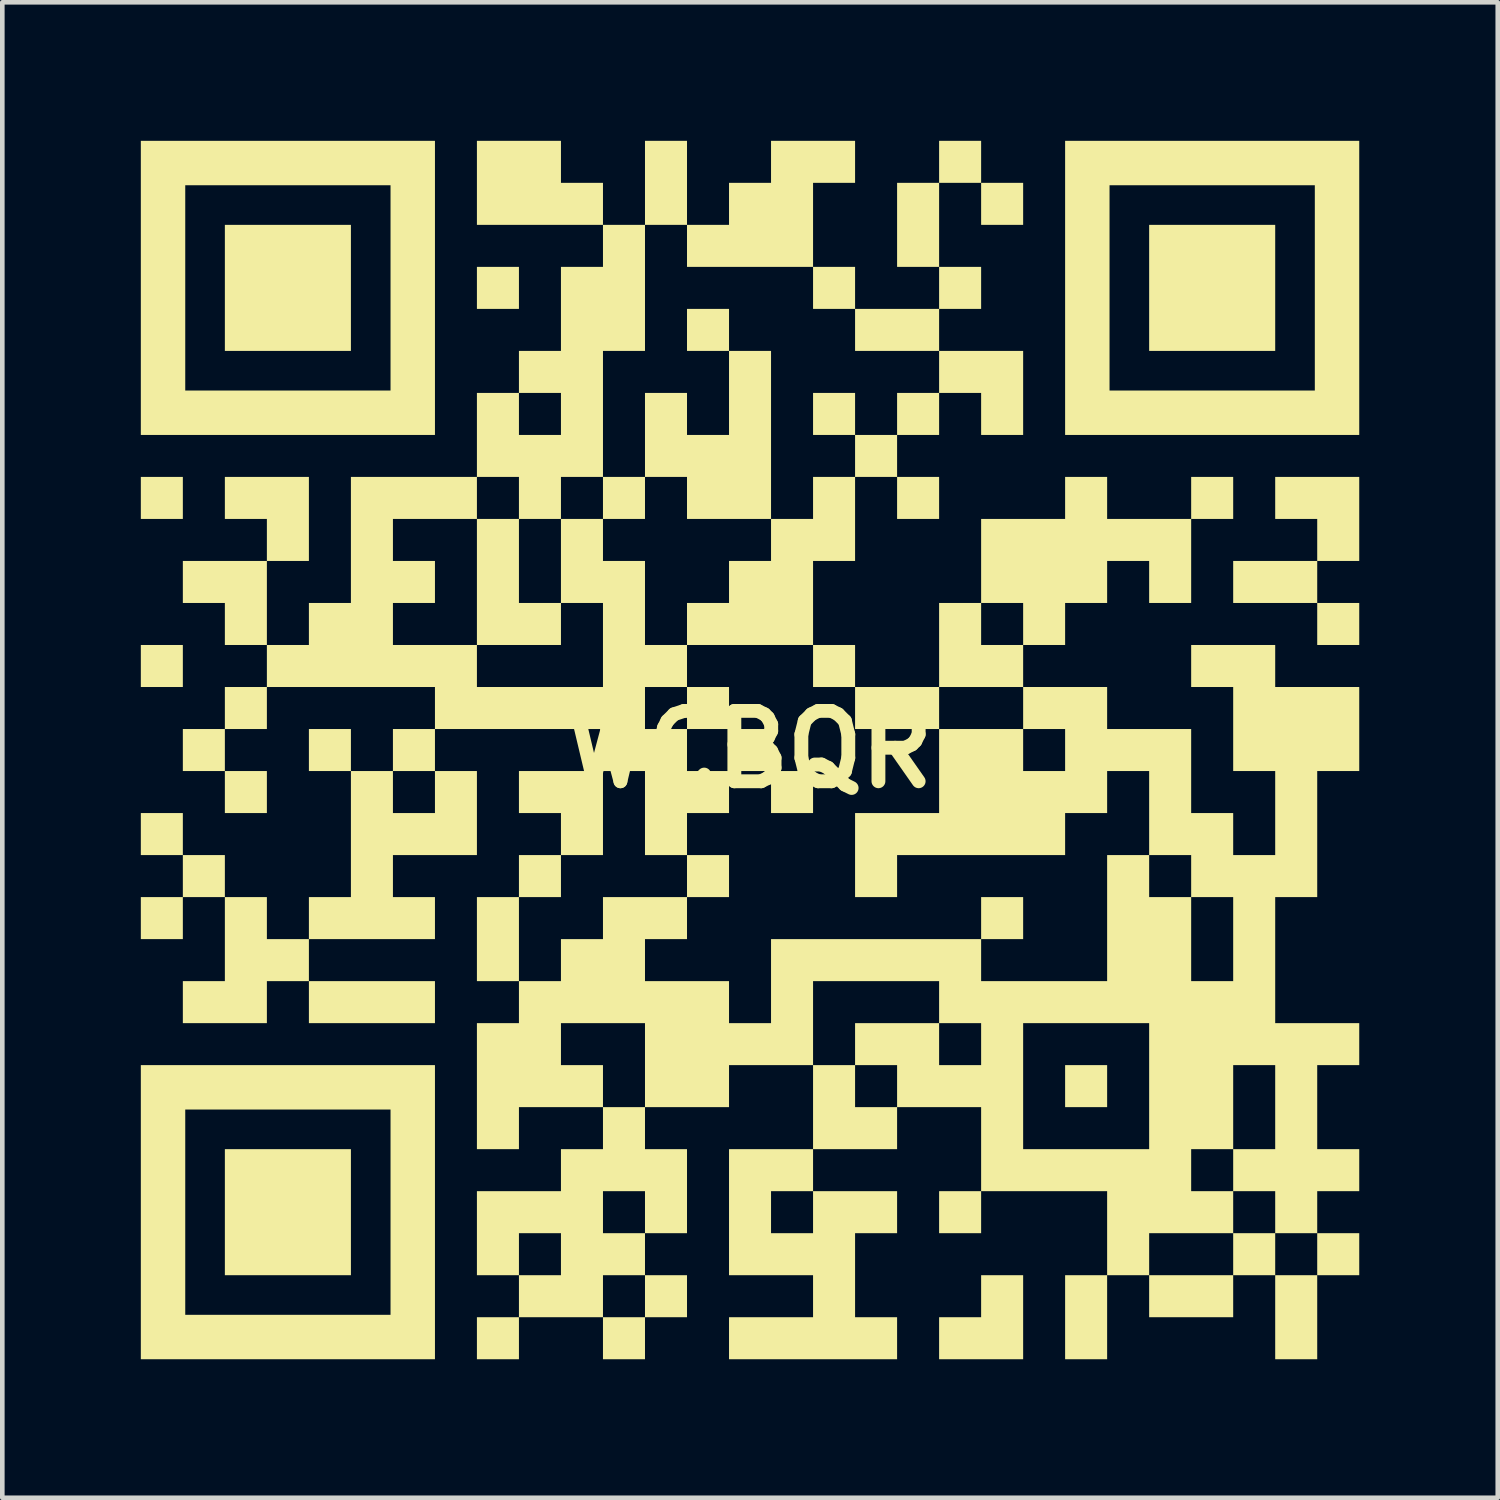
<source format=kicad_pcb>
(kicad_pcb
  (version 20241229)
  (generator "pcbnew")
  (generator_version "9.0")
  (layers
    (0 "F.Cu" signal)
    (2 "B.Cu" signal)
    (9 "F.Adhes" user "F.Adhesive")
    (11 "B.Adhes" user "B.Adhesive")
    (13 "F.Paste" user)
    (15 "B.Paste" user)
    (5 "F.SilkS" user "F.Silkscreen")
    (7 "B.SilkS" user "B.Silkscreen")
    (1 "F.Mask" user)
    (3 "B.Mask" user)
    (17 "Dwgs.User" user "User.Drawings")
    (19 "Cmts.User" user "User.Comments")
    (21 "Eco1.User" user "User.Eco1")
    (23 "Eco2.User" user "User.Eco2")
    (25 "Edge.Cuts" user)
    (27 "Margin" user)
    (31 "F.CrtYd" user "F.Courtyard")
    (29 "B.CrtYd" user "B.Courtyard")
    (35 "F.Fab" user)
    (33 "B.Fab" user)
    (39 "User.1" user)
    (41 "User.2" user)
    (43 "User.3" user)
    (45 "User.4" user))
  (footprint "WCBQR"
    (layer "F.Cu")
    (at 13.181 13.181)
    (property "Reference" "WCBQR" (at 0 0 0) (layer "F.SilkS") (effects (font (size 1.524 1.524) (thickness 0.3))))
    (attr board_only exclude_from_pos_files exclude_from_bom)
    (fp_poly (pts (xy -12.271 -4.992) (xy -13.181 -4.992) (xy -13.181 -5.902) (xy -12.271 -5.902)) (stroke (width 0) (type solid)) (fill yes) (layer "F.SilkS"))
    (fp_poly (pts (xy -12.271 -1.352) (xy -13.181 -1.352) (xy -13.181 -2.262) (xy -12.271 -2.262)) (stroke (width 0) (type solid)) (fill yes) (layer "F.SilkS"))
    (fp_poly (pts (xy -12.271 2.288) (xy -13.181 2.288) (xy -13.181 1.378) (xy -12.271 1.378)) (stroke (width 0) (type solid)) (fill yes) (layer "F.SilkS"))
    (fp_poly (pts (xy -12.271 4.108) (xy -13.181 4.108) (xy -13.181 3.198) (xy -12.271 3.198)) (stroke (width 0) (type solid)) (fill yes) (layer "F.SilkS"))
    (fp_poly (pts (xy -11.361 0.468) (xy -12.271 0.468) (xy -12.271 -0.442) (xy -11.361 -0.442)) (stroke (width 0) (type solid)) (fill yes) (layer "F.SilkS"))
    (fp_poly (pts (xy -11.361 3.198) (xy -12.271 3.198) (xy -12.271 2.288) (xy -11.361 2.288)) (stroke (width 0) (type solid)) (fill yes) (layer "F.SilkS"))
    (fp_poly (pts (xy -10.451 -0.442) (xy -11.361 -0.442) (xy -11.361 -1.352) (xy -10.451 -1.352)) (stroke (width 0) (type solid)) (fill yes) (layer "F.SilkS"))
    (fp_poly (pts (xy -10.451 1.378) (xy -11.361 1.378) (xy -11.361 0.468) (xy -10.451 0.468)) (stroke (width 0) (type solid)) (fill yes) (layer "F.SilkS"))
    (fp_poly (pts (xy -8.631 -8.631) (xy -11.361 -8.631) (xy -11.361 -11.361) (xy -8.631 -11.361)) (stroke (width 0) (type solid)) (fill yes) (layer "F.SilkS"))
    (fp_poly (pts (xy -8.631 0.468) (xy -9.541 0.468) (xy -9.541 -0.442) (xy -8.631 -0.442)) (stroke (width 0) (type solid)) (fill yes) (layer "F.SilkS"))
    (fp_poly (pts (xy -8.631 11.387) (xy -11.361 11.387) (xy -11.361 8.657) (xy -8.631 8.657)) (stroke (width 0) (type solid)) (fill yes) (layer "F.SilkS"))
    (fp_poly (pts (xy -6.811 0.468) (xy -7.721 0.468) (xy -7.721 -0.442) (xy -6.811 -0.442)) (stroke (width 0) (type solid)) (fill yes) (layer "F.SilkS"))
    (fp_poly (pts (xy -6.811 5.928) (xy -9.541 5.928) (xy -9.541 5.018) (xy -6.811 5.018)) (stroke (width 0) (type solid)) (fill yes) (layer "F.SilkS"))
    (fp_poly (pts (xy -4.992 -9.541) (xy -5.902 -9.541) (xy -5.902 -10.451) (xy -4.992 -10.451)) (stroke (width 0) (type solid)) (fill yes) (layer "F.SilkS"))
    (fp_poly (pts (xy -4.992 13.207) (xy -5.902 13.207) (xy -5.902 12.297) (xy -4.992 12.297)) (stroke (width 0) (type solid)) (fill yes) (layer "F.SilkS"))
    (fp_poly (pts (xy -2.262 -4.992) (xy -3.172 -4.992) (xy -3.172 -5.902) (xy -2.262 -5.902)) (stroke (width 0) (type solid)) (fill yes) (layer "F.SilkS"))
    (fp_poly (pts (xy -2.262 13.207) (xy -3.172 13.207) (xy -3.172 12.297) (xy -2.262 12.297)) (stroke (width 0) (type solid)) (fill yes) (layer "F.SilkS"))
    (fp_poly (pts (xy -1.352 12.297) (xy -2.262 12.297) (xy -2.262 11.387) (xy -1.352 11.387)) (stroke (width 0) (type solid)) (fill yes) (layer "F.SilkS"))
    (fp_poly (pts (xy -0.442 -8.631) (xy -1.352 -8.631) (xy -1.352 -9.541) (xy -0.442 -9.541)) (stroke (width 0) (type solid)) (fill yes) (layer "F.SilkS"))
    (fp_poly (pts (xy -0.442 -0.442) (xy -1.352 -0.442) (xy -1.352 -1.352) (xy -0.442 -1.352)) (stroke (width 0) (type solid)) (fill yes) (layer "F.SilkS"))
    (fp_poly (pts (xy -0.442 3.198) (xy -1.352 3.198) (xy -1.352 2.288) (xy -0.442 2.288)) (stroke (width 0) (type solid)) (fill yes) (layer "F.SilkS"))
    (fp_poly (pts (xy 0.468 0.468) (xy -0.442 0.468) (xy -0.442 -0.442) (xy 0.468 -0.442)) (stroke (width 0) (type solid)) (fill yes) (layer "F.SilkS"))
    (fp_poly (pts (xy 1.378 1.378) (xy 0.468 1.378) (xy 0.468 0.468) (xy 1.378 0.468)) (stroke (width 0) (type solid)) (fill yes) (layer "F.SilkS"))
    (fp_poly (pts (xy 2.288 -6.811) (xy 1.378 -6.811) (xy 1.378 -7.721) (xy 2.288 -7.721)) (stroke (width 0) (type solid)) (fill yes) (layer "F.SilkS"))
    (fp_poly (pts (xy 4.108 -10.451) (xy 3.198 -10.451) (xy 3.198 -12.271) (xy 4.108 -12.271)) (stroke (width 0) (type solid)) (fill yes) (layer "F.SilkS"))
    (fp_poly (pts (xy 4.108 -4.992) (xy 3.198 -4.992) (xy 3.198 -5.902) (xy 4.108 -5.902)) (stroke (width 0) (type solid)) (fill yes) (layer "F.SilkS"))
    (fp_poly (pts (xy 5.018 -12.271) (xy 4.108 -12.271) (xy 4.108 -13.181) (xy 5.018 -13.181)) (stroke (width 0) (type solid)) (fill yes) (layer "F.SilkS"))
    (fp_poly (pts (xy 5.018 -9.541) (xy 4.108 -9.541) (xy 4.108 -10.451) (xy 5.018 -10.451)) (stroke (width 0) (type solid)) (fill yes) (layer "F.SilkS"))
    (fp_poly (pts (xy 5.018 10.477) (xy 4.108 10.477) (xy 4.108 9.567) (xy 5.018 9.567)) (stroke (width 0) (type solid)) (fill yes) (layer "F.SilkS"))
    (fp_poly (pts (xy 5.928 -11.361) (xy 5.018 -11.361) (xy 5.018 -12.271) (xy 5.928 -12.271)) (stroke (width 0) (type solid)) (fill yes) (layer "F.SilkS"))
    (fp_poly (pts (xy 5.928 4.108) (xy 5.018 4.108) (xy 5.018 3.198) (xy 5.928 3.198)) (stroke (width 0) (type solid)) (fill yes) (layer "F.SilkS"))
    (fp_poly (pts (xy 7.747 7.747) (xy 6.837 7.747) (xy 6.837 6.837) (xy 7.747 6.837)) (stroke (width 0) (type solid)) (fill yes) (layer "F.SilkS"))
    (fp_poly (pts (xy 7.747 13.207) (xy 6.837 13.207) (xy 6.837 11.387) (xy 7.747 11.387)) (stroke (width 0) (type solid)) (fill yes) (layer "F.SilkS"))
    (fp_poly (pts (xy 10.477 -4.992) (xy 9.567 -4.992) (xy 9.567 -5.902) (xy 10.477 -5.902)) (stroke (width 0) (type solid)) (fill yes) (layer "F.SilkS"))
    (fp_poly (pts (xy 11.387 -8.631) (xy 8.657 -8.631) (xy 8.657 -11.361) (xy 11.387 -11.361)) (stroke (width 0) (type solid)) (fill yes) (layer "F.SilkS"))
    (fp_poly (pts (xy 12.297 -3.172) (xy 10.477 -3.172) (xy 10.477 -4.082) (xy 12.297 -4.082)) (stroke (width 0) (type solid)) (fill yes) (layer "F.SilkS"))
    (fp_poly (pts (xy 12.297 13.207) (xy 11.387 13.207) (xy 11.387 11.387) (xy 12.297 11.387)) (stroke (width 0) (type solid)) (fill yes) (layer "F.SilkS"))
    (fp_poly (pts (xy 13.207 -2.262) (xy 12.297 -2.262) (xy 12.297 -3.172) (xy 13.207 -3.172)) (stroke (width 0) (type solid)) (fill yes) (layer "F.SilkS"))
    (fp_poly (pts (xy 13.207 11.387) (xy 12.297 11.387) (xy 12.297 10.477) (xy 13.207 10.477)) (stroke (width 0) (type solid)) (fill yes) (layer "F.SilkS"))
    (fp_poly (pts (xy -10.451 -2.262) (xy -11.361 -2.262) (xy -11.361 -3.172) (xy -12.271 -3.172) (xy -12.271 -4.082) (xy -10.451 -4.082)) (stroke (width 0) (type solid)) (fill yes) (layer "F.SilkS"))
    (fp_poly (pts (xy -9.541 -4.082) (xy -10.451 -4.082) (xy -10.451 -4.992) (xy -11.361 -4.992) (xy -11.361 -5.902) (xy -9.541 -5.902)) (stroke (width 0) (type solid)) (fill yes) (layer "F.SilkS"))
    (fp_poly (pts (xy -4.992 -3.172) (xy -4.082 -3.172) (xy -4.082 -2.262) (xy -5.902 -2.262) (xy -5.902 -4.992) (xy -4.992 -4.992)) (stroke (width 0) (type solid)) (fill yes) (layer "F.SilkS"))
    (fp_poly (pts (xy -4.082 -12.271) (xy -3.172 -12.271) (xy -3.172 -11.361) (xy -5.902 -11.361) (xy -5.902 -13.181) (xy -4.082 -13.181)) (stroke (width 0) (type solid)) (fill yes) (layer "F.SilkS"))
    (fp_poly (pts (xy 5.928 13.207) (xy 4.108 13.207) (xy 4.108 12.297) (xy 5.018 12.297) (xy 5.018 11.387) (xy 5.928 11.387)) (stroke (width 0) (type solid)) (fill yes) (layer "F.SilkS"))
    (fp_poly (pts (xy 13.207 -4.082) (xy 12.297 -4.082) (xy 12.297 -4.992) (xy 11.387 -4.992) (xy 11.387 -5.902) (xy 13.207 -5.902)) (stroke (width 0) (type solid)) (fill yes) (layer "F.SilkS"))
    (fp_poly (pts (xy -10.451 4.108) (xy -9.541 4.108) (xy -9.541 5.018) (xy -10.451 5.018) (xy -10.451 5.928) (xy -12.271 5.928) (xy -12.271 5.018) (xy -11.361 5.018) (xy -11.361 3.198) (xy -10.451 3.198)) (stroke (width 0) (type solid)) (fill yes) (layer "F.SilkS"))
    (fp_poly (pts (xy -2.262 -7.721) (xy -1.352 -7.721) (xy -1.352 -6.811) (xy -0.442 -6.811) (xy -0.442 -8.631) (xy 0.468 -8.631) (xy 0.468 -4.992) (xy -1.352 -4.992) (xy -1.352 -5.902) (xy -2.262 -5.902)) (stroke (width 0) (type solid)) (fill yes) (layer "F.SilkS"))
    (fp_poly (pts (xy -6.811 -6.811) (xy -13.181 -6.811) (xy -13.181 -7.773) (xy -12.219 -7.773) (xy -7.773 -7.773) (xy -7.773 -12.219) (xy -12.219 -12.219) (xy -12.219 -7.773) (xy -13.181 -7.773) (xy -13.181 -13.181) (xy -6.811 -13.181)) (stroke (width 0) (type solid)) (fill yes) (layer "F.SilkS"))
    (fp_poly (pts (xy -6.811 13.207) (xy -13.181 13.207) (xy -13.181 12.245) (xy -12.219 12.245) (xy -7.773 12.245) (xy -7.773 7.799) (xy -12.219 7.799) (xy -12.219 12.245) (xy -13.181 12.245) (xy -13.181 6.837) (xy -6.811 6.837)) (stroke (width 0) (type solid)) (fill yes) (layer "F.SilkS"))
    (fp_poly (pts (xy 13.207 -6.811) (xy 6.837 -6.811) (xy 6.837 -7.773) (xy 7.799 -7.773) (xy 12.245 -7.773) (xy 12.245 -12.219) (xy 7.799 -12.219) (xy 7.799 -7.773) (xy 6.837 -7.773) (xy 6.837 -13.181) (xy 13.207 -13.181)) (stroke (width 0) (type solid)) (fill yes) (layer "F.SilkS"))
    (fp_poly (pts (xy -7.721 1.378) (xy -6.811 1.378) (xy -6.811 0.468) (xy -5.902 0.468) (xy -5.902 2.288) (xy -7.721 2.288) (xy -7.721 3.198) (xy -6.811 3.198) (xy -6.811 4.108) (xy -9.541 4.108) (xy -9.541 3.198) (xy -8.631 3.198) (xy -8.631 0.468) (xy -7.721 0.468)) (stroke (width 0) (type solid)) (fill yes) (layer "F.SilkS"))
    (fp_poly (pts (xy 3.198 9.567) (xy 3.198 10.477) (xy 2.288 10.477) (xy 2.288 12.297) (xy 3.198 12.297) (xy 3.198 13.207) (xy -0.442 13.207) (xy -0.442 12.297) (xy 1.378 12.297) (xy 1.378 11.387) (xy -0.442 11.387) (xy -0.442 10.477) (xy 0.468 10.477) (xy 1.378 10.477) (xy 1.378 9.567) (xy 0.468 9.567) (xy 0.468 10.477) (xy -0.442 10.477) (xy -0.442 8.657) (xy 1.378 8.657) (xy 1.378 9.567)) (stroke (width 0) (type solid)) (fill yes) (layer "F.SilkS"))
    (fp_poly (pts (xy 7.747 -1.352) (xy 7.747 -0.442) (xy 9.567 -0.442) (xy 9.567 1.378) (xy 10.477 1.378) (xy 10.477 2.288) (xy 11.387 2.288) (xy 11.387 0.468) (xy 10.477 0.468) (xy 10.477 -1.352) (xy 9.567 -1.352) (xy 9.567 -2.262) (xy 11.387 -2.262) (xy 11.387 -1.352) (xy 13.207 -1.352) (xy 13.207 0.468) (xy 12.297 0.468) (xy 12.297 3.198) (xy 11.387 3.198) (xy 11.387 5.928) (xy 13.207 5.928) (xy 13.207 6.837) (xy 12.297 6.837) (xy 12.297 8.657) (xy 13.207 8.657) (xy 13.207 9.567) (xy 12.297 9.567) (xy 12.297 10.477) (xy 11.387 10.477) (xy 11.387 11.387) (xy 10.477 11.387) (xy 10.477 12.297) (xy 8.657 12.297) (xy 8.657 11.387) (xy 10.477 11.387) (xy 10.477 10.477) (xy 11.387 10.477) (xy 11.387 9.567) (xy 10.477 9.567) (xy 10.477 10.477) (xy 8.657 10.477) (xy 8.657 11.387) (xy 7.747 11.387) (xy 7.747 9.567) (xy 9.567 9.567) (xy 10.477 9.567) (xy 10.477 8.657) (xy 11.387 8.657) (xy 11.387 6.837) (xy 10.477 6.837) (xy 10.477 8.657) (xy 9.567 8.657) (xy 9.567 9.567) (xy 7.747 9.567) (xy 5.018 9.567) (xy 5.018 8.657) (xy 5.928 8.657) (xy 8.657 8.657) (xy 8.657 5.928) (xy 5.928 5.928) (xy 5.928 8.657) (xy 5.018 8.657) (xy 5.018 7.747) (xy 3.198 7.747) (xy 3.198 8.657) (xy 1.378 8.657) (xy 1.378 7.747) (xy 2.288 7.747) (xy 3.198 7.747) (xy 3.198 6.837) (xy 4.108 6.837) (xy 5.018 6.837) (xy 5.018 5.928) (xy 4.108 5.928) (xy 4.108 6.837) (xy 3.198 6.837) (xy 2.288 6.837) (xy 2.288 7.747) (xy 1.378 7.747) (xy 1.378 6.837) (xy 2.288 6.837) (xy 2.288 5.928) (xy 4.108 5.928) (xy 4.108 5.018) (xy 1.378 5.018) (xy 1.378 6.837) (xy -0.442 6.837) (xy -0.442 7.747) (xy -2.262 7.747) (xy -2.262 8.657) (xy -1.352 8.657) (xy -1.352 10.477) (xy -2.262 10.477) (xy -2.262 11.387) (xy -3.172 11.387) (xy -3.172 12.297) (xy -4.992 12.297) (xy -4.992 11.387) (xy -4.082 11.387) (xy -4.082 10.477) (xy -3.172 10.477) (xy -2.262 10.477) (xy -2.262 9.567) (xy -3.172 9.567) (xy -3.172 10.477) (xy -4.082 10.477) (xy -4.992 10.477) (xy -4.992 11.387) (xy -5.902 11.387) (xy -5.902 9.567) (xy -4.082 9.567) (xy -4.082 8.657) (xy -3.172 8.657) (xy -3.172 7.747) (xy -4.992 7.747) (xy -4.992 8.657) (xy -5.902 8.657) (xy -5.902 6.837) (xy -4.082 6.837) (xy -3.172 6.837) (xy -3.172 7.747) (xy -2.262 7.747) (xy -2.262 5.928) (xy -4.082 5.928) (xy -4.082 6.837) (xy -5.902 6.837) (xy -5.902 5.928) (xy -4.992 5.928) (xy -4.992 5.018) (xy -4.082 5.018) (xy -4.082 4.108) (xy -3.172 4.108) (xy -3.172 3.198) (xy -1.352 3.198) (xy -1.352 4.108) (xy -2.262 4.108) (xy -2.262 5.018) (xy -0.442 5.018) (xy -0.442 5.928) (xy 0.468 5.928) (xy 0.468 4.108) (xy 5.018 4.108) (xy 5.018 5.018) (xy 7.747 5.018) (xy 9.567 5.018) (xy 10.477 5.018) (xy 10.477 3.198) (xy 9.567 3.198) (xy 9.567 5.018) (xy 7.747 5.018) (xy 7.747 3.198) (xy 8.657 3.198) (xy 9.567 3.198) (xy 9.567 2.288) (xy 8.657 2.288) (xy 8.657 3.198) (xy 7.747 3.198) (xy 7.747 2.288) (xy 8.657 2.288) (xy 8.657 0.468) (xy 7.747 0.468) (xy 7.747 1.378) (xy 6.837 1.378) (xy 6.837 2.288) (xy 3.198 2.288) (xy 3.198 3.198) (xy 2.288 3.198) (xy 2.288 1.378) (xy 4.108 1.378) (xy 4.108 0.468) (xy 5.928 0.468) (xy 6.837 0.468) (xy 6.837 -0.442) (xy 5.928 -0.442) (xy 5.928 0.468) (xy 4.108 0.468) (xy 4.108 -0.442) (xy 5.928 -0.442) (xy 5.928 -1.352) (xy 4.108 -1.352) (xy 4.108 -0.442) (xy 2.288 -0.442) (xy 2.288 -1.352) (xy 1.378 -1.352) (xy 1.378 -2.262) (xy -1.352 -2.262) (xy -1.352 -1.352) (xy -2.262 -1.352) (xy -2.262 -0.442) (xy -1.352 -0.442) (xy -1.352 0.468) (xy -0.442 0.468) (xy -0.442 1.378) (xy -1.352 1.378) (xy -1.352 2.288) (xy -2.262 2.288) (xy -2.262 0.468) (xy -3.172 0.468) (xy -3.172 2.288) (xy -4.082 2.288) (xy -4.082 3.198) (xy -4.992 3.198) (xy -4.992 5.018) (xy -5.902 5.018) (xy -5.902 3.198) (xy -4.992 3.198) (xy -4.992 2.288) (xy -4.082 2.288) (xy -4.082 1.378) (xy -4.992 1.378) (xy -4.992 0.468) (xy -3.172 0.468) (xy -3.172 -0.442) (xy -6.811 -0.442) (xy -6.811 -1.352) (xy -10.451 -1.352) (xy -10.451 -2.262) (xy -9.541 -2.262) (xy -7.721 -2.262) (xy -5.902 -2.262) (xy -5.902 -1.352) (xy -3.172 -1.352) (xy -3.172 -3.172) (xy -4.082 -3.172) (xy -4.082 -4.992) (xy -3.172 -4.992) (xy -3.172 -4.082) (xy -2.262 -4.082) (xy -2.262 -2.262) (xy -1.352 -2.262) (xy -1.352 -3.172) (xy -0.442 -3.172) (xy -0.442 -4.082) (xy 0.468 -4.082) (xy 0.468 -4.992) (xy 1.378 -4.992) (xy 1.378 -5.902) (xy 2.288 -5.902) (xy 2.288 -6.811) (xy 3.198 -6.811) (xy 3.198 -7.721) (xy 4.108 -7.721) (xy 4.108 -8.631) (xy 2.288 -8.631) (xy 2.288 -9.541) (xy 1.378 -9.541) (xy 1.378 -10.451) (xy -1.352 -10.451) (xy -1.352 -11.361) (xy -2.262 -11.361) (xy -2.262 -8.631) (xy -3.172 -8.631) (xy -3.172 -5.902) (xy -4.082 -5.902) (xy -4.082 -4.992) (xy -4.992 -4.992) (xy -4.992 -5.902) (xy -5.902 -5.902) (xy -5.902 -4.992) (xy -7.721 -4.992) (xy -7.721 -4.082) (xy -6.811 -4.082) (xy -6.811 -3.172) (xy -7.721 -3.172) (xy -7.721 -2.262) (xy -9.541 -2.262) (xy -9.541 -3.172) (xy -8.631 -3.172) (xy -8.631 -5.902) (xy -5.902 -5.902) (xy -5.902 -6.811) (xy -4.992 -6.811) (xy -4.082 -6.811) (xy -4.082 -7.721) (xy -4.992 -7.721) (xy -4.992 -6.811) (xy -5.902 -6.811) (xy -5.902 -7.721) (xy -4.992 -7.721) (xy -4.992 -8.631) (xy -4.082 -8.631) (xy -4.082 -10.451) (xy -3.172 -10.451) (xy -3.172 -11.361) (xy -2.262 -11.361) (xy -2.262 -13.181) (xy -1.352 -13.181) (xy -1.352 -11.361) (xy -0.442 -11.361) (xy -0.442 -12.271) (xy 0.468 -12.271) (xy 0.468 -13.181) (xy 2.288 -13.181) (xy 2.288 -12.271) (xy 1.378 -12.271) (xy 1.378 -10.451) (xy 2.288 -10.451) (xy 2.288 -9.541) (xy 4.108 -9.541) (xy 4.108 -8.631) (xy 5.928 -8.631) (xy 5.928 -6.811) (xy 5.018 -6.811) (xy 5.018 -7.721) (xy 4.108 -7.721) (xy 4.108 -6.811) (xy 3.198 -6.811) (xy 3.198 -5.902) (xy 2.288 -5.902) (xy 2.288 -4.082) (xy 1.378 -4.082) (xy 1.378 -2.262) (xy 2.288 -2.262) (xy 2.288 -1.352) (xy 4.108 -1.352) (xy 4.108 -2.262) (xy 5.018 -2.262) (xy 5.928 -2.262) (xy 5.928 -3.172) (xy 5.018 -3.172) (xy 5.018 -2.262) (xy 4.108 -2.262) (xy 4.108 -3.172) (xy 5.018 -3.172) (xy 5.018 -4.992) (xy 6.837 -4.992) (xy 6.837 -5.902) (xy 7.747 -5.902) (xy 7.747 -4.992) (xy 9.567 -4.992) (xy 9.567 -3.172) (xy 8.657 -3.172) (xy 8.657 -4.082) (xy 7.747 -4.082) (xy 7.747 -3.172) (xy 6.837 -3.172) (xy 6.837 -2.262) (xy 5.928 -2.262) (xy 5.928 -1.352)) (stroke (width 0) (type solid)) (fill yes) (layer "F.SilkS")))
  (gr_rect
    (start -3 -3)
    (end 29.388 29.388)
    (stroke (width 0.1) (type default))
    (fill no)
    (layer "Edge.Cuts")))
</source>
